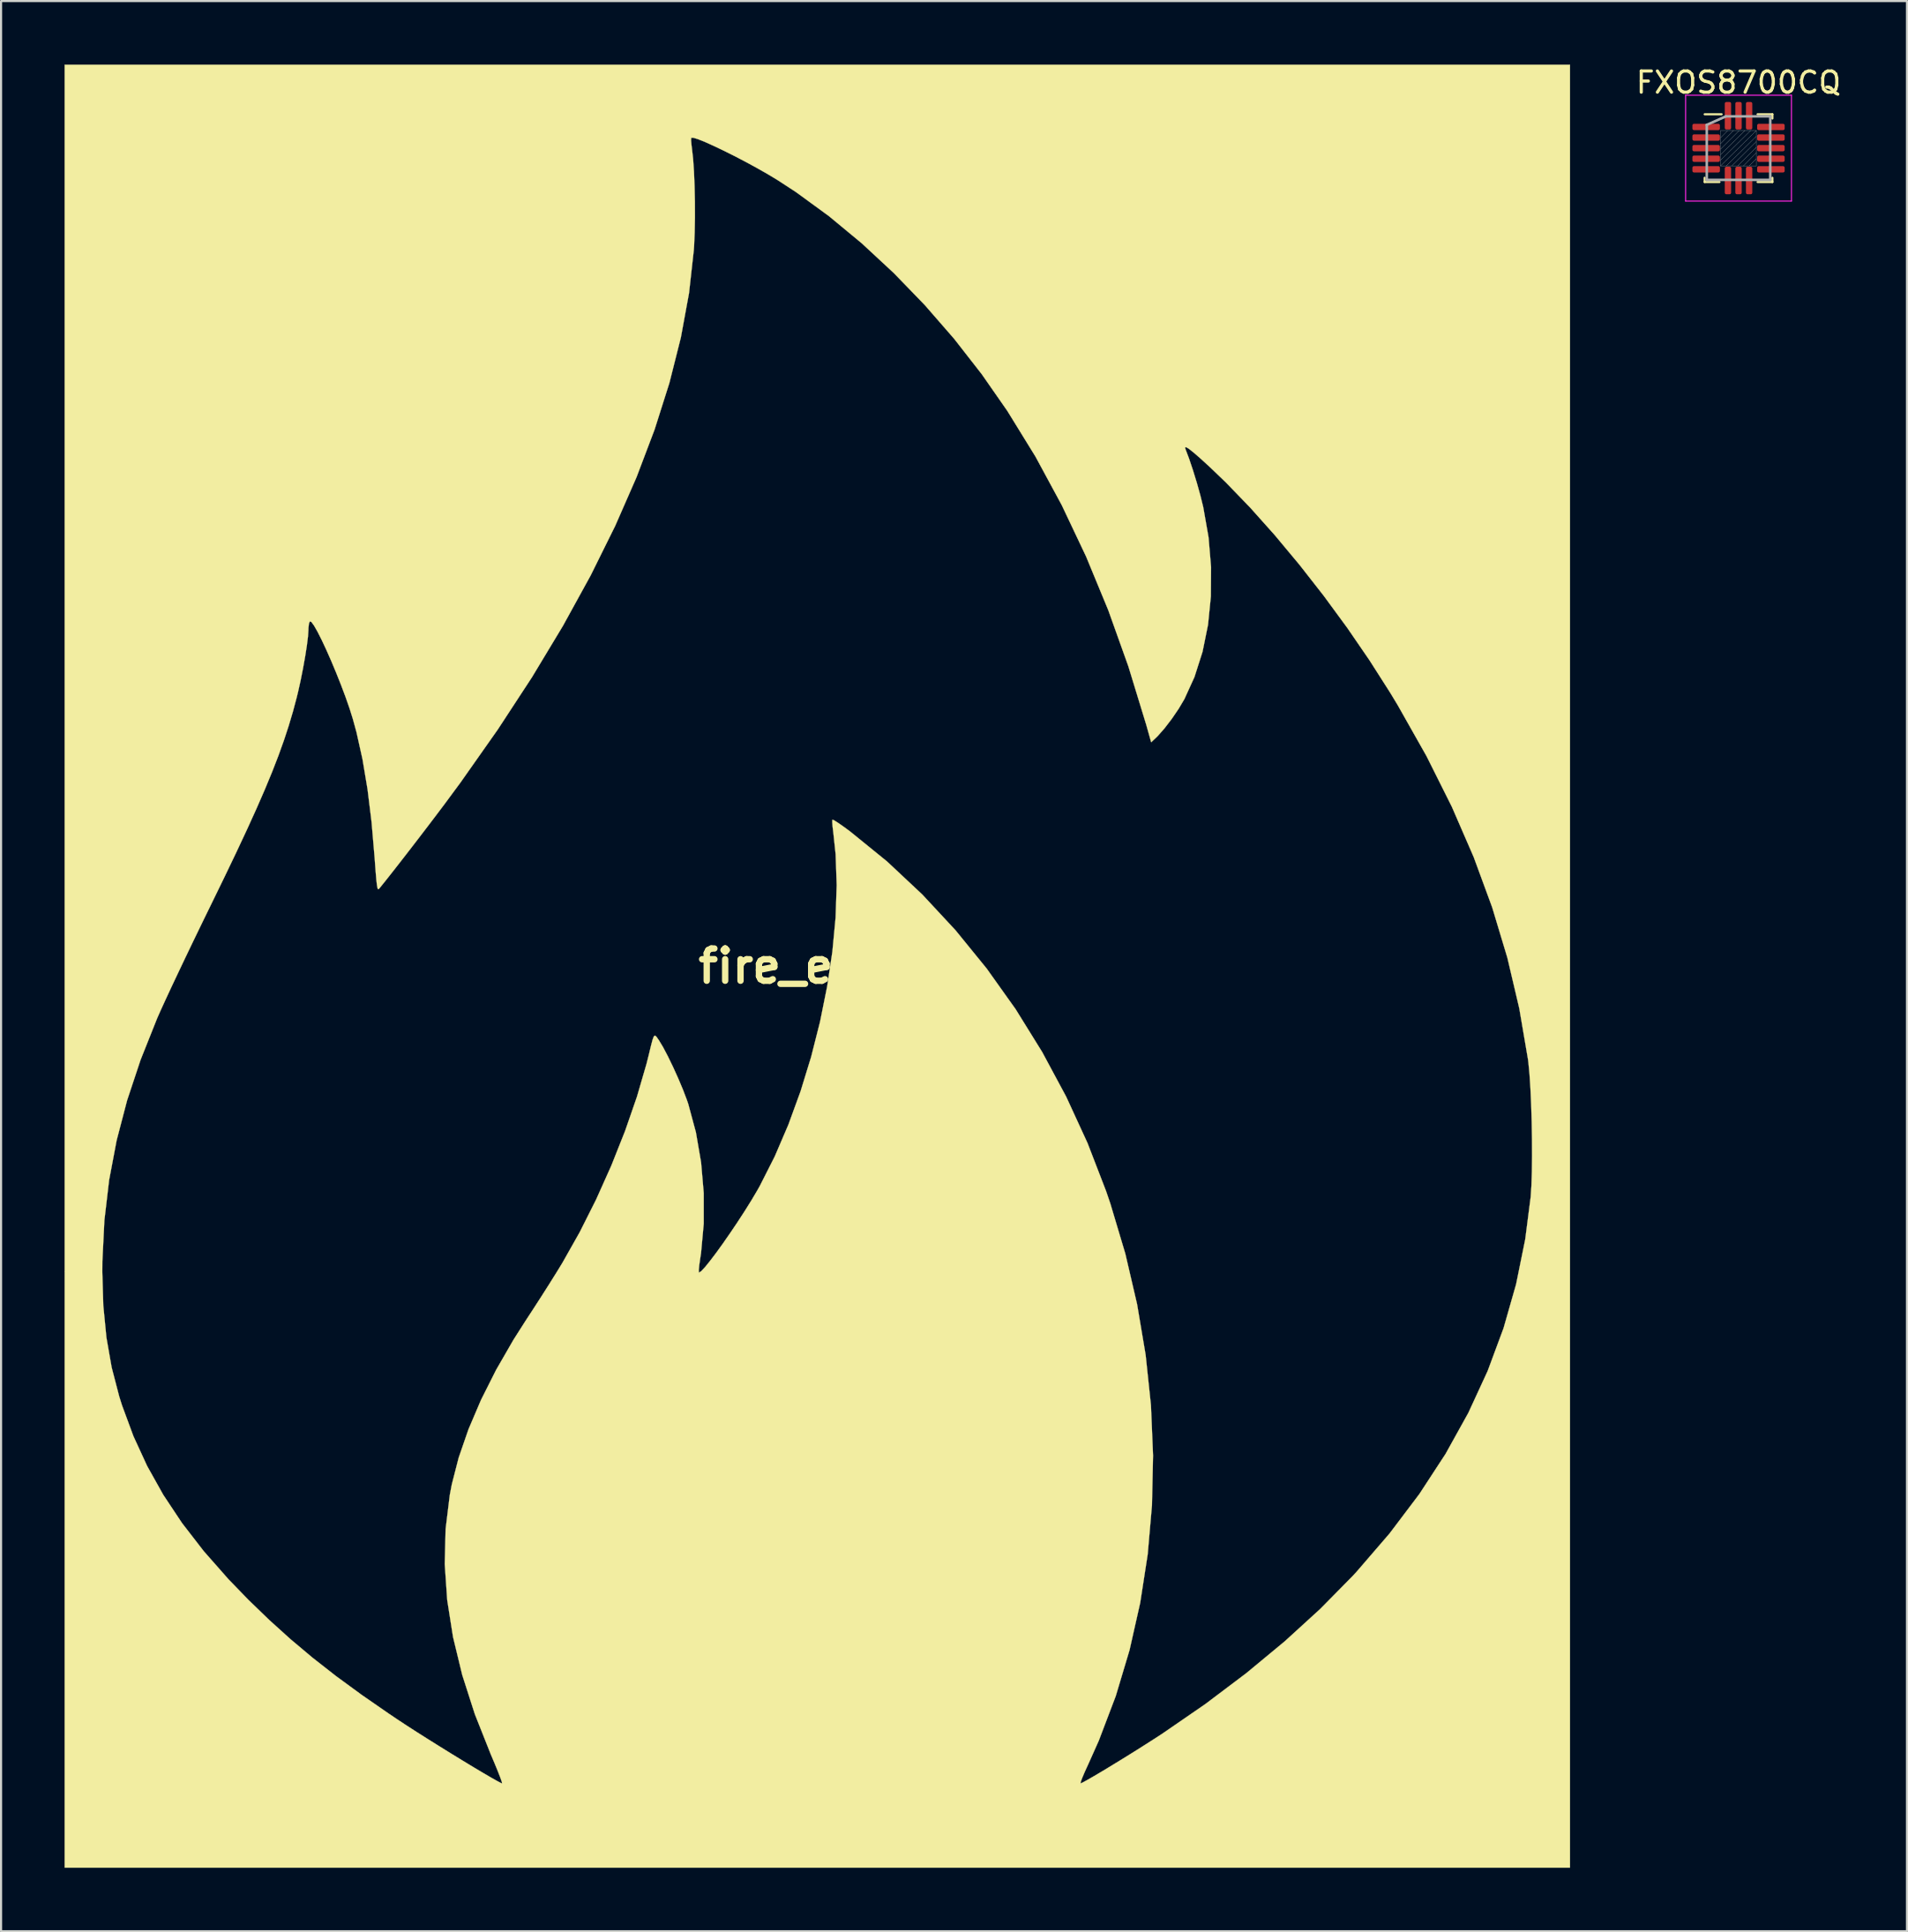
<source format=kicad_pcb>
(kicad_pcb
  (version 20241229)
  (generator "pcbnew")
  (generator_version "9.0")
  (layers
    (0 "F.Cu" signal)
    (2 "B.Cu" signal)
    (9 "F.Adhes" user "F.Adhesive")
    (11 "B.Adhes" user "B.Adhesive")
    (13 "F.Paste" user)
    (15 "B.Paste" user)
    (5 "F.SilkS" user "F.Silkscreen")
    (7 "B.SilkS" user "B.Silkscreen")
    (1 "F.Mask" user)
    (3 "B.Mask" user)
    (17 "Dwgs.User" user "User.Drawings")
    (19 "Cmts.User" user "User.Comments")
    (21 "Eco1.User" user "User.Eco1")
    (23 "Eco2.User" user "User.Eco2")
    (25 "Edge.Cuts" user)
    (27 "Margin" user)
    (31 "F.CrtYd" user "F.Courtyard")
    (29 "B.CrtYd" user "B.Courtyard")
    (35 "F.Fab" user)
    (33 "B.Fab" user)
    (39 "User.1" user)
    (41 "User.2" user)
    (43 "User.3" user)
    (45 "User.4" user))
  (footprint "FXOS8700CQ"
    (layer "F.Cu")
    (at 79.088 3.948)
    (property "Reference" "FXOS8700CQ" (at 0 -3.1 0) (layer "F.SilkS") (effects (font (size 1 1) (thickness 0.15))))
    (attr through_hole)
    (fp_line (start -1.6 -1.6) (end -0.8 -1.6) (stroke (width 0.1) (type solid)) (layer "F.SilkS"))
    (fp_line (start -1.6 1.4) (end -1.6 1.6) (stroke (width 0.1) (type solid)) (layer "F.SilkS"))
    (fp_line (start -1.6 1.6) (end -0.9 1.6) (stroke (width 0.1) (type solid)) (layer "F.SilkS"))
    (fp_line (start 1.6 -1.6) (end 0.9 -1.6) (stroke (width 0.1) (type solid)) (layer "F.SilkS"))
    (fp_line (start 1.6 -1.4) (end 1.6 -1.6) (stroke (width 0.1) (type solid)) (layer "F.SilkS"))
    (fp_line (start 1.6 1.4) (end 1.6 1.6) (stroke (width 0.1) (type solid)) (layer "F.SilkS"))
    (fp_line (start 1.6 1.6) (end 0.9 1.6) (stroke (width 0.1) (type solid)) (layer "F.SilkS"))
    (fp_line (start -0.85 -0.83) (end 0.84 -0.83) (stroke (width 0.01) (type solid)) (layer "Dwgs.User"))
    (fp_line (start -0.85 0.84) (end -0.85 -0.83) (stroke (width 0.01) (type solid)) (layer "Dwgs.User"))
    (fp_line (start -0.85 0.84) (end 0.84 -0.83) (stroke (width 0.01) (type solid)) (layer "Dwgs.User"))
    (fp_line (start -0.85 -0.49) (end -0.52 -0.82) (stroke (width 0.01) (type solid)) (layer "Dwgs.User"))
    (fp_line (start -0.85 -0.21) (end -0.24 -0.83) (stroke (width 0.01) (type solid)) (layer "Dwgs.User"))
    (fp_line (start -0.85 0.05) (end 0.03 -0.83) (stroke (width 0.01) (type solid)) (layer "Dwgs.User"))
    (fp_line (start -0.85 0.31) (end 0.3 -0.83) (stroke (width 0.01) (type solid)) (layer "Dwgs.User"))
    (fp_line (start -0.85 0.57) (end 0.57 -0.83) (stroke (width 0.01) (type solid)) (layer "Dwgs.User"))
    (fp_line (start -0.58 0.84) (end 0.84 -0.56) (stroke (width 0.01) (type solid)) (layer "Dwgs.User"))
    (fp_line (start -0.31 0.83) (end 0.84 -0.31) (stroke (width 0.01) (type solid)) (layer "Dwgs.User"))
    (fp_line (start 0.84 -0.83) (end 0.84 0.84) (stroke (width 0.01) (type solid)) (layer "Dwgs.User"))
    (fp_line (start 0.84 -0.04) (end -0.04 0.84) (stroke (width 0.01) (type solid)) (layer "Dwgs.User"))
    (fp_line (start 0.84 0.22) (end 0.23 0.84) (stroke (width 0.01) (type solid)) (layer "Dwgs.User"))
    (fp_line (start 0.84 0.5) (end 0.51 0.83) (stroke (width 0.01) (type solid)) (layer "Dwgs.User"))
    (fp_line (start 0.84 0.84) (end -0.85 0.84) (stroke (width 0.01) (type solid)) (layer "Dwgs.User"))
    (fp_line (start -2.5 -2.5) (end 2.5 -2.5) (stroke (width 0.05) (type solid)) (layer "F.CrtYd"))
    (fp_line (start -2.5 2.5) (end -2.5 -2.5) (stroke (width 0.05) (type solid)) (layer "F.CrtYd"))
    (fp_line (start 2.5 -2.5) (end 2.5 2.5) (stroke (width 0.05) (type solid)) (layer "F.CrtYd"))
    (fp_line (start 2.5 2.5) (end -2.5 2.5) (stroke (width 0.05) (type solid)) (layer "F.CrtYd"))
    (fp_line (start -1.5 -1.1) (end -0.6 -1.5) (stroke (width 0.12) (type solid)) (layer "F.Fab"))
    (fp_line (start -1.5 1.5) (end -1.5 -1.1) (stroke (width 0.12) (type solid)) (layer "F.Fab"))
    (fp_line (start -0.6 -1.5) (end 1.5 -1.5) (stroke (width 0.12) (type solid)) (layer "F.Fab"))
    (fp_line (start 1.5 -1.5) (end 1.5 1.5) (stroke (width 0.12) (type solid)) (layer "F.Fab"))
    (fp_line (start 1.5 1.5) (end -1.5 1.5) (stroke (width 0.12) (type solid)) (layer "F.Fab"))
    (pad "1" smd roundrect (at -1.53 -1) (size 1.3 0.3) (layers "F.Cu" "F.Mask" "F.Paste") (roundrect_rratio 0.25))
    (pad "2" smd roundrect (at -1.53 -0.5) (size 1.3 0.3) (layers "F.Cu" "F.Mask" "F.Paste") (roundrect_rratio 0.25))
    (pad "3" smd roundrect (at -1.53 0) (size 1.3 0.3) (layers "F.Cu" "F.Mask" "F.Paste") (roundrect_rratio 0.25))
    (pad "4" smd roundrect (at -1.53 0.5) (size 1.3 0.3) (layers "F.Cu" "F.Mask" "F.Paste") (roundrect_rratio 0.25))
    (pad "5" smd roundrect (at -1.53 1) (size 1.3 0.3) (layers "F.Cu" "F.Mask" "F.Paste") (roundrect_rratio 0.25))
    (pad "6" smd roundrect (at -0.5 1.53) (size 0.3 1.3) (layers "F.Cu" "F.Mask" "F.Paste") (roundrect_rratio 0.25))
    (pad "7" smd roundrect (at 0 1.53) (size 0.3 1.3) (layers "F.Cu" "F.Mask" "F.Paste") (roundrect_rratio 0.25))
    (pad "8" smd roundrect (at 0.5 1.53) (size 0.3 1.3) (layers "F.Cu" "F.Mask" "F.Paste") (roundrect_rratio 0.25))
    (pad "9" smd roundrect (at 1.53 1) (size 1.3 0.3) (layers "F.Cu" "F.Mask" "F.Paste") (roundrect_rratio 0.25))
    (pad "10" smd roundrect (at 1.53 0.5) (size 1.3 0.3) (layers "F.Cu" "F.Mask" "F.Paste") (roundrect_rratio 0.25))
    (pad "11" smd roundrect (at 1.53 0) (size 1.3 0.3) (layers "F.Cu" "F.Mask" "F.Paste") (roundrect_rratio 0.25))
    (pad "12" smd roundrect (at 1.53 -0.5) (size 1.3 0.3) (layers "F.Cu" "F.Mask" "F.Paste") (roundrect_rratio 0.25))
    (pad "13" smd roundrect (at 1.53 -1) (size 1.3 0.3) (layers "F.Cu" "F.Mask" "F.Paste") (roundrect_rratio 0.25))
    (pad "14" smd roundrect (at 0.5 -1.53) (size 0.3 1.3) (layers "F.Cu" "F.Mask" "F.Paste") (roundrect_rratio 0.25))
    (pad "15" smd roundrect (at 0 -1.53) (size 0.3 1.3) (layers "F.Cu" "F.Mask" "F.Paste") (roundrect_rratio 0.25))
    (pad "16" smd roundrect (at -0.5 -1.53) (size 0.3 1.3) (layers "F.Cu" "F.Mask" "F.Paste") (roundrect_rratio 0.25)))
  (footprint "fire_emoji"
    (layer "F.Cu")
    (at 35.565 42.592)
    (property "Reference" "fire_emoji" (at 0 0 0) (layer "F.SilkS") (effects (font (size 1.524 1.524) (thickness 0.3))))
    (attr through_hole)
    (fp_poly (pts (xy 35.56 42.587) (xy -35.56 42.587) (xy -35.56 14.44) (xy -33.782 14.44) (xy -33.734 16.045) (xy -33.588 17.541) (xy -33.339 18.96) (xy -32.981 20.334) (xy -32.852 20.743) (xy -32.31 22.208) (xy -31.664 23.612) (xy -30.902 24.974) (xy -30.015 26.309) (xy -28.991 27.634) (xy -27.819 28.965) (xy -26.885 29.93) (xy -25.893 30.889) (xy -24.89 31.795) (xy -23.849 32.67) (xy -22.742 33.536) (xy -21.542 34.415) (xy -20.22 35.33) (xy -19.812 35.604) (xy -19.399 35.876) (xy -18.922 36.183) (xy -18.399 36.514) (xy -17.851 36.857) (xy -17.296 37.201) (xy -16.755 37.532) (xy -16.247 37.84) (xy -15.792 38.111) (xy -15.409 38.335) (xy -15.118 38.499) (xy -14.939 38.592) (xy -14.893 38.608) (xy -14.906 38.535) (xy -14.978 38.331) (xy -15.099 38.022) (xy -15.26 37.631) (xy -15.429 37.232) (xy -16.183 35.332) (xy -16.776 33.486) (xy -17.211 31.692) (xy -17.486 29.946) (xy -17.603 28.247) (xy -17.562 26.593) (xy -17.364 24.98) (xy -17.269 24.482) (xy -16.943 23.215) (xy -16.481 21.879) (xy -15.89 20.493) (xy -15.178 19.077) (xy -14.354 17.648) (xy -13.791 16.764) (xy -13.429 16.21) (xy -13.043 15.612) (xy -12.664 15.016) (xy -12.321 14.468) (xy -12.043 14.014) (xy -12.042 14.012) (xy -11.227 12.569) (xy -10.45 11.023) (xy -9.729 9.414) (xy -9.081 7.782) (xy -8.522 6.169) (xy -8.07 4.615) (xy -7.963 4.191) (xy -7.859 3.762) (xy -7.785 3.479) (xy -7.727 3.324) (xy -7.673 3.279) (xy -7.609 3.325) (xy -7.524 3.444) (xy -7.48 3.508) (xy -7.289 3.825) (xy -7.061 4.259) (xy -6.814 4.768) (xy -6.569 5.31) (xy -6.345 5.843) (xy -6.162 6.324) (xy -6.1 6.505) (xy -5.737 7.849) (xy -5.492 9.269) (xy -5.367 10.723) (xy -5.367 12.166) (xy -5.494 13.555) (xy -5.535 13.822) (xy -5.579 14.129) (xy -5.601 14.359) (xy -5.596 14.472) (xy -5.59 14.478) (xy -5.485 14.409) (xy -5.305 14.217) (xy -5.065 13.92) (xy -4.776 13.539) (xy -4.455 13.094) (xy -4.115 12.604) (xy -3.769 12.091) (xy -3.432 11.572) (xy -3.118 11.07) (xy -2.841 10.602) (xy -2.72 10.389) (xy -2.01 8.986) (xy -1.366 7.485) (xy -0.791 5.909) (xy -0.291 4.281) (xy 0.129 2.624) (xy 0.464 0.961) (xy 0.711 -0.684) (xy 0.863 -2.289) (xy 0.916 -3.831) (xy 0.865 -5.286) (xy 0.757 -6.299) (xy 0.721 -6.594) (xy 0.705 -6.817) (xy 0.713 -6.921) (xy 0.714 -6.922) (xy 0.792 -6.89) (xy 0.977 -6.773) (xy 1.24 -6.59) (xy 1.541 -6.369) (xy 3.29 -4.949) (xy 4.955 -3.389) (xy 6.527 -1.698) (xy 8.001 0.113) (xy 9.369 2.034) (xy 10.623 4.056) (xy 11.758 6.168) (xy 12.767 8.361) (xy 13.641 10.624) (xy 13.844 11.218) (xy 14.552 13.587) (xy 15.107 15.97) (xy 15.51 18.359) (xy 15.762 20.744) (xy 15.861 23.117) (xy 15.81 25.469) (xy 15.608 27.79) (xy 15.255 30.072) (xy 14.752 32.305) (xy 14.1 34.48) (xy 13.298 36.589) (xy 12.8 37.703) (xy 12.639 38.054) (xy 12.517 38.342) (xy 12.445 38.536) (xy 12.435 38.608) (xy 12.435 38.608) (xy 12.537 38.565) (xy 12.76 38.443) (xy 13.084 38.256) (xy 13.488 38.017) (xy 13.95 37.737) (xy 14.449 37.431) (xy 14.963 37.112) (xy 15.473 36.79) (xy 15.957 36.481) (xy 16.283 36.269) (xy 18.328 34.862) (xy 20.267 33.4) (xy 22.083 31.896) (xy 23.762 30.364) (xy 25.289 28.814) (xy 25.471 28.617) (xy 27.038 26.798) (xy 28.441 24.941) (xy 29.68 23.044) (xy 30.756 21.106) (xy 31.67 19.125) (xy 32.422 17.099) (xy 33.014 15.027) (xy 33.445 12.907) (xy 33.703 10.901) (xy 33.738 10.374) (xy 33.76 9.718) (xy 33.769 8.97) (xy 33.766 8.166) (xy 33.751 7.341) (xy 33.726 6.53) (xy 33.691 5.771) (xy 33.647 5.098) (xy 33.594 4.546) (xy 33.576 4.403) (xy 33.164 1.993) (xy 32.601 -0.398) (xy 31.884 -2.778) (xy 31.01 -5.154) (xy 29.977 -7.532) (xy 28.783 -9.92) (xy 27.424 -12.324) (xy 27.069 -12.912) (xy 26.09 -14.446) (xy 25.036 -15.983) (xy 23.925 -17.497) (xy 22.777 -18.965) (xy 21.612 -20.362) (xy 20.449 -21.664) (xy 19.307 -22.846) (xy 18.543 -23.579) (xy 18.103 -23.981) (xy 17.774 -24.267) (xy 17.548 -24.445) (xy 17.417 -24.52) (xy 17.374 -24.498) (xy 17.397 -24.415) (xy 17.563 -23.976) (xy 17.747 -23.428) (xy 17.932 -22.826) (xy 18.099 -22.227) (xy 18.232 -21.686) (xy 18.234 -21.675) (xy 18.483 -20.261) (xy 18.602 -18.852) (xy 18.593 -17.469) (xy 18.459 -16.13) (xy 18.2 -14.854) (xy 17.819 -13.662) (xy 17.345 -12.622) (xy 17.074 -12.163) (xy 16.746 -11.682) (xy 16.401 -11.232) (xy 16.077 -10.865) (xy 15.98 -10.771) (xy 15.773 -10.577) (xy 15.539 -11.406) (xy 14.695 -14.164) (xy 13.746 -16.816) (xy 12.696 -19.356) (xy 11.549 -21.777) (xy 10.307 -24.072) (xy 8.975 -26.233) (xy 7.767 -27.967) (xy 6.465 -29.636) (xy 5.073 -31.235) (xy 3.611 -32.745) (xy 2.097 -34.15) (xy 0.55 -35.431) (xy -1.012 -36.57) (xy -1.89 -37.142) (xy -2.347 -37.417) (xy -2.85 -37.703) (xy -3.377 -37.99) (xy -3.908 -38.267) (xy -4.42 -38.523) (xy -4.892 -38.748) (xy -5.303 -38.933) (xy -5.632 -39.065) (xy -5.857 -39.135) (xy -5.956 -39.133) (xy -5.957 -39.132) (xy -5.964 -39.022) (xy -5.946 -38.801) (xy -5.922 -38.608) (xy -5.869 -38.137) (xy -5.828 -37.538) (xy -5.8 -36.85) (xy -5.784 -36.114) (xy -5.782 -35.369) (xy -5.795 -34.658) (xy -5.822 -34.018) (xy -5.835 -33.833) (xy -6.062 -31.795) (xy -6.447 -29.7) (xy -6.989 -27.552) (xy -7.688 -25.351) (xy -8.541 -23.101) (xy -9.548 -20.803) (xy -10.708 -18.46) (xy -12.02 -16.074) (xy -13.483 -13.647) (xy -15.096 -11.181) (xy -16.857 -8.678) (xy -17.607 -7.662) (xy -17.992 -7.151) (xy -18.411 -6.599) (xy -18.848 -6.028) (xy -19.283 -5.463) (xy -19.698 -4.928) (xy -20.074 -4.447) (xy -20.393 -4.043) (xy -20.637 -3.74) (xy -20.714 -3.648) (xy -20.748 -3.631) (xy -20.778 -3.684) (xy -20.805 -3.826) (xy -20.834 -4.075) (xy -20.866 -4.451) (xy -20.905 -4.973) (xy -20.912 -5.081) (xy -21.059 -6.799) (xy -21.251 -8.361) (xy -21.488 -9.775) (xy -21.771 -11.046) (xy -21.946 -11.684) (xy -22.102 -12.18) (xy -22.292 -12.723) (xy -22.506 -13.292) (xy -22.735 -13.866) (xy -22.969 -14.425) (xy -23.2 -14.948) (xy -23.418 -15.413) (xy -23.614 -15.8) (xy -23.779 -16.089) (xy -23.903 -16.258) (xy -23.974 -16.29) (xy -24.018 -16.186) (xy -24.043 -15.975) (xy -24.045 -15.878) (xy -24.064 -15.578) (xy -24.117 -15.151) (xy -24.197 -14.637) (xy -24.298 -14.073) (xy -24.412 -13.5) (xy -24.534 -12.954) (xy -24.593 -12.711) (xy -24.773 -12.035) (xy -24.974 -11.359) (xy -25.201 -10.668) (xy -25.46 -9.947) (xy -25.757 -9.181) (xy -26.099 -8.355) (xy -26.492 -7.454) (xy -26.942 -6.463) (xy -27.455 -5.368) (xy -28.038 -4.153) (xy -28.659 -2.879) (xy -29.056 -2.066) (xy -29.451 -1.25) (xy -29.835 -0.451) (xy -30.195 0.307) (xy -30.523 1.001) (xy -30.806 1.61) (xy -31.034 2.11) (xy -31.187 2.455) (xy -31.972 4.423) (xy -32.61 6.34) (xy -33.104 8.227) (xy -33.46 10.107) (xy -33.683 12.002) (xy -33.778 13.934) (xy -33.782 14.44) (xy -35.56 14.44) (xy -35.56 -42.587) (xy 35.56 -42.587) (xy 35.56 42.587)) (stroke (width 0.01) (type solid)) (fill yes) (layer "F.SilkS")))
  (gr_rect
    (start -3 -3)
    (end 87.047 88.185)
    (stroke (width 0.1) (type default))
    (fill no)
    (layer "Edge.Cuts")))
</source>
